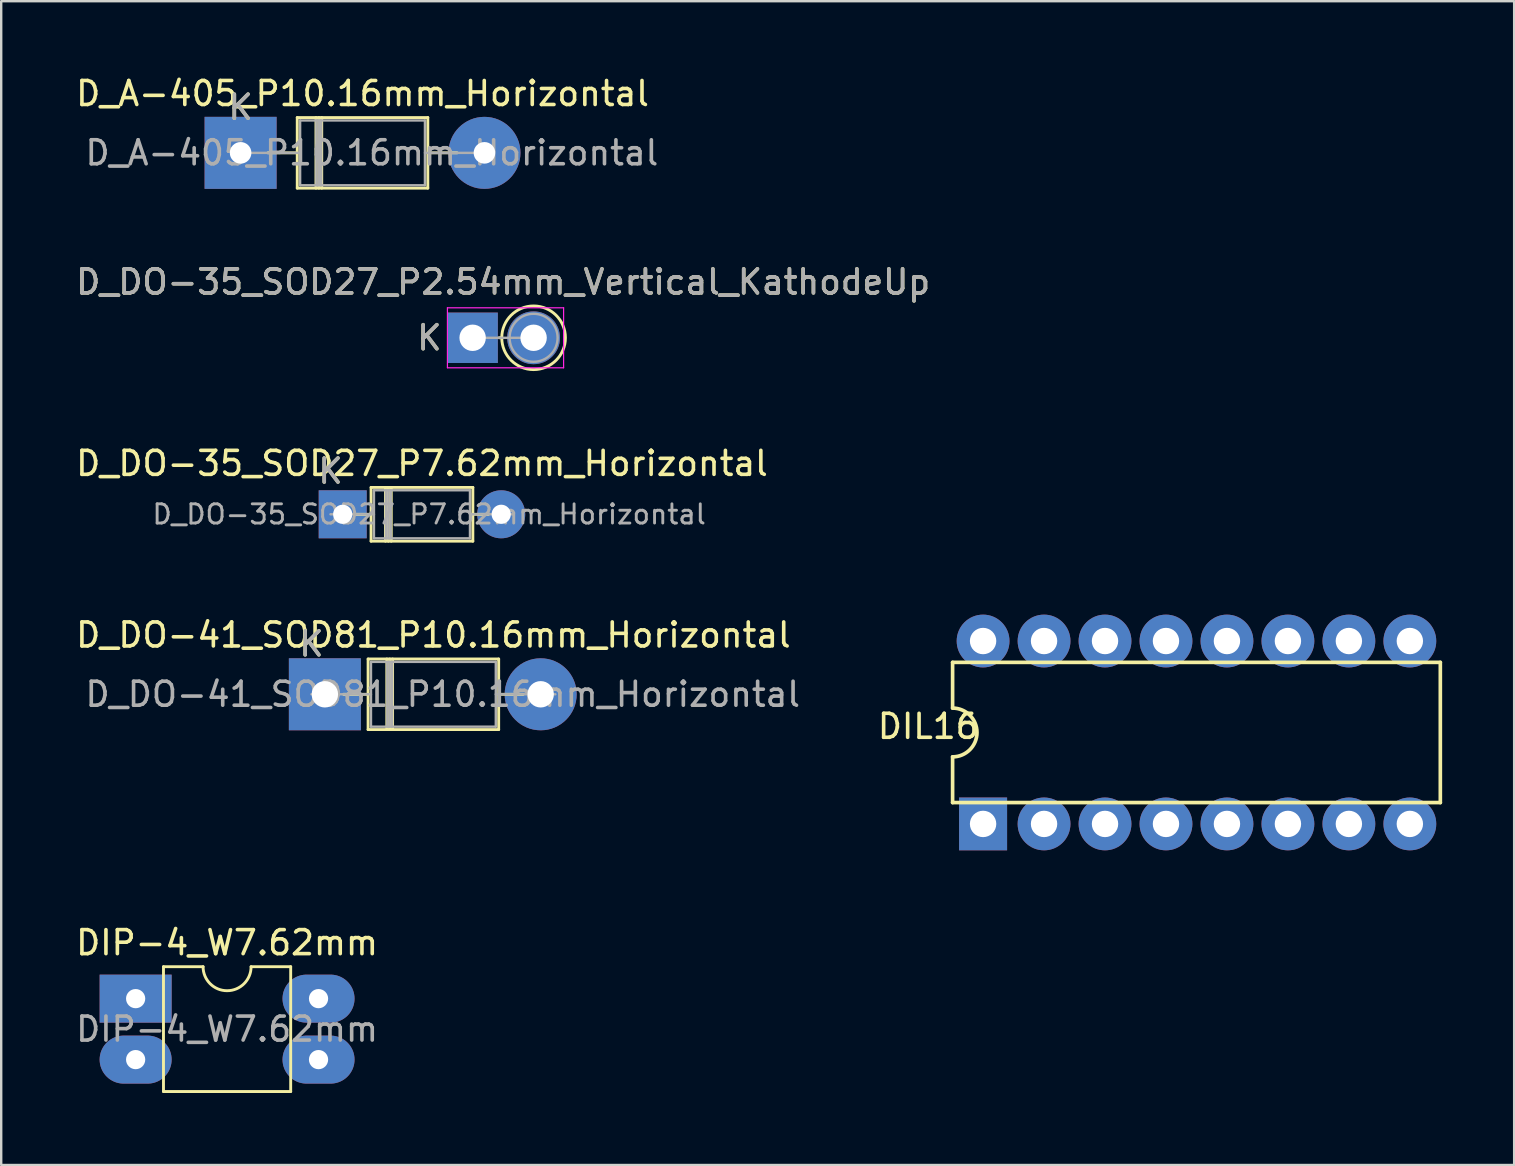
<source format=kicad_pcb>
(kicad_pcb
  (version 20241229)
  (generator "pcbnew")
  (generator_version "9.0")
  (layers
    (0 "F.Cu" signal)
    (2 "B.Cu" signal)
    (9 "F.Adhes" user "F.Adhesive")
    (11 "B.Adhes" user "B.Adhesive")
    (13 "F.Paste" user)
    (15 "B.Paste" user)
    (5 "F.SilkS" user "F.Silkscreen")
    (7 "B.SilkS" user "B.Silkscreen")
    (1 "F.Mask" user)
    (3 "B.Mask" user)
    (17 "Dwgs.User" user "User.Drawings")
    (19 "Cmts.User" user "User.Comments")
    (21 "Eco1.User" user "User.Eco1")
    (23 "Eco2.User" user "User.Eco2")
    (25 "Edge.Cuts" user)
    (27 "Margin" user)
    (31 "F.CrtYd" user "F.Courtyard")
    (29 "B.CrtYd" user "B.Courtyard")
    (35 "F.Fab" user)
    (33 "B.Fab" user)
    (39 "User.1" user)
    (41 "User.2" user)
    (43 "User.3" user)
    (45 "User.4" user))
  (footprint "D_DO-35_SOD27_P7.62mm_Horizontal"
    (layer "F.Cu")
    (at 10.72 18.377)
    (property "Reference" "D_DO-35_SOD27_P7.62mm_Horizontal" (at 3.81 -2.12 0) (layer "F.SilkS") (effects (font (size 1 1) (thickness 0.15))))
    (attr through_hole)
    (fp_line (start 1.04 0) (end 1.69 0) (stroke (width 0.12) (type solid)) (layer "F.SilkS"))
    (fp_line (start 1.69 -1.12) (end 1.69 1.12) (stroke (width 0.12) (type solid)) (layer "F.SilkS"))
    (fp_line (start 1.69 1.12) (end 5.93 1.12) (stroke (width 0.12) (type solid)) (layer "F.SilkS"))
    (fp_line (start 2.29 -1.12) (end 2.29 1.12) (stroke (width 0.12) (type solid)) (layer "F.SilkS"))
    (fp_line (start 2.41 -1.12) (end 2.41 1.12) (stroke (width 0.12) (type solid)) (layer "F.SilkS"))
    (fp_line (start 2.53 -1.12) (end 2.53 1.12) (stroke (width 0.12) (type solid)) (layer "F.SilkS"))
    (fp_line (start 5.93 -1.12) (end 1.69 -1.12) (stroke (width 0.12) (type solid)) (layer "F.SilkS"))
    (fp_line (start 5.93 1.12) (end 5.93 -1.12) (stroke (width 0.12) (type solid)) (layer "F.SilkS"))
    (fp_line (start 6.58 0) (end 5.93 0) (stroke (width 0.12) (type solid)) (layer "F.SilkS"))
    (fp_line (start 0 0) (end 1.81 0) (stroke (width 0.1) (type solid)) (layer "F.Fab"))
    (fp_line (start 1.81 -1) (end 1.81 1) (stroke (width 0.1) (type solid)) (layer "F.Fab"))
    (fp_line (start 1.81 1) (end 5.81 1) (stroke (width 0.1) (type solid)) (layer "F.Fab"))
    (fp_line (start 2.31 -1) (end 2.31 1) (stroke (width 0.1) (type solid)) (layer "F.Fab"))
    (fp_line (start 2.41 -1) (end 2.41 1) (stroke (width 0.1) (type solid)) (layer "F.Fab"))
    (fp_line (start 2.51 -1) (end 2.51 1) (stroke (width 0.1) (type solid)) (layer "F.Fab"))
    (fp_line (start 5.81 -1) (end 1.81 -1) (stroke (width 0.1) (type solid)) (layer "F.Fab"))
    (fp_line (start 5.81 1) (end 5.81 -1) (stroke (width 0.1) (type solid)) (layer "F.Fab"))
    (fp_line (start 7.62 0) (end 5.81 0) (stroke (width 0.1) (type solid)) (layer "F.Fab"))
    (fp_text user "K" (at 0 -1.8 0) (layer "F.SilkS") (effects (font (size 1 1) (thickness 0.15))))
    (fp_text user "${REFERENCE}" (at 4.11 0 0) (layer "F.Fab") (effects (font (size 0.8 0.8) (thickness 0.12))))
    (fp_text user "K" (at 0 -1.8 0) (layer "F.Fab") (effects (font (size 1 1) (thickness 0.15))))
    (pad "1" thru_hole rect (at 0.508 0) (size 2 2) (drill 0.8) (layers "*.Cu" "*.Mask"))
    (pad "2" thru_hole oval (at 7.112 0) (size 2 2) (drill 0.8) (layers "*.Cu" "*.Mask")))
  (footprint "D_DO-35_SOD27_P2.54mm_Vertical_KathodeUp"
    (layer "F.Cu")
    (at 16.641 11.023)
    (property "Reference" "D_DO-35_SOD27_P2.54mm_Vertical_KathodeUp" (at 1.27 -2.326 0) (layer "F.SilkS") (effects (font (size 1 1) (thickness 0.15))))
    (attr through_hole)
    (fp_line (start 1.214 0) (end 1.1 0) (stroke (width 0.12) (type solid)) (layer "F.SilkS"))
    (fp_circle (center 2.54 0) (end 3.866 0) (stroke (width 0.12) (type solid)) (fill no) (layer "F.SilkS"))
    (fp_line (start -1.05 -1.25) (end -1.05 1.25) (stroke (width 0.05) (type solid)) (layer "F.CrtYd"))
    (fp_line (start -1.05 1.25) (end 3.79 1.25) (stroke (width 0.05) (type solid)) (layer "F.CrtYd"))
    (fp_line (start 3.79 -1.25) (end -1.05 -1.25) (stroke (width 0.05) (type solid)) (layer "F.CrtYd"))
    (fp_line (start 3.79 1.25) (end 3.79 -1.25) (stroke (width 0.05) (type solid)) (layer "F.CrtYd"))
    (fp_line (start 0 0) (end 2.54 0) (stroke (width 0.1) (type solid)) (layer "F.Fab"))
    (fp_circle (center 2.54 0) (end 3.54 0) (stroke (width 0.1) (type solid)) (fill no) (layer "F.Fab"))
    (fp_text user "K" (at -1.8 0 0) (layer "F.SilkS") (effects (font (size 1 1) (thickness 0.15))))
    (fp_text user "K" (at -1.8 0 0) (layer "F.Fab") (effects (font (size 1 1) (thickness 0.15))))
    (fp_text user "${REFERENCE}" (at 1.27 -2.326 0) (layer "F.Fab") (effects (font (size 1 1) (thickness 0.15))))
    (pad "1" thru_hole rect (at 0 0) (size 2.1 2.1) (drill 1.1) (layers "*.Cu" "*.Mask"))
    (pad "2" thru_hole oval (at 2.54 0) (size 2.2 2.2) (drill 1.1) (layers "*.Cu" "*.Mask")))
  (footprint "DIL16"
    (layer "F.Cu")
    (at 46.798 27.467)
    (property "Reference" "DIL16" (at -11.176 -0.254 180) (layer "F.SilkS") (effects (font (size 1 1) (thickness 0.15))))
    (attr through_hole)
    (fp_line (start -10.16 -2.921) (end -10.16 -1.016) (stroke (width 0.152) (type solid)) (layer "F.SilkS"))
    (fp_line (start -10.16 2.921) (end -10.16 1.016) (stroke (width 0.152) (type solid)) (layer "F.SilkS"))
    (fp_line (start -10.16 2.921) (end 10.16 2.921) (stroke (width 0.152) (type solid)) (layer "F.SilkS"))
    (fp_line (start 10.16 -2.921) (end -10.16 -2.921) (stroke (width 0.152) (type solid)) (layer "F.SilkS"))
    (fp_line (start 10.16 -2.921) (end 10.16 2.921) (stroke (width 0.152) (type solid)) (layer "F.SilkS"))
    (fp_arc (start -10.16 -1.016) (mid -9.144 0) (end -10.16 1.016) (stroke (width 0.1524) (type solid)) (layer "F.SilkS"))
    (pad "1" thru_hole rect (at -8.89 3.81) (size 2 2.2) (drill 1.1) (layers "*.Cu" "*.Mask"))
    (pad "2" thru_hole circle (at -6.35 3.81) (size 2.2 2.2) (drill 1.1) (layers "*.Cu" "*.Mask"))
    (pad "3" thru_hole circle (at -3.81 3.81 90) (size 2.2 2.2) (drill 1.1) (layers "*.Cu" "*.Mask"))
    (pad "4" thru_hole circle (at -1.27 3.81) (size 2.2 2.2) (drill 1.1) (layers "*.Cu" "*.Mask"))
    (pad "5" thru_hole circle (at 1.27 3.81) (size 2.2 2.2) (drill 1.1) (layers "*.Cu" "*.Mask"))
    (pad "6" thru_hole circle (at 3.81 3.81) (size 2.2 2.2) (drill 1.1) (layers "*.Cu" "*.Mask"))
    (pad "7" thru_hole circle (at 6.35 3.81) (size 2.2 2.2) (drill 1.1) (layers "*.Cu" "*.Mask"))
    (pad "8" thru_hole circle (at 8.89 3.81) (size 2.2 2.2) (drill 1.1) (layers "*.Cu" "*.Mask"))
    (pad "9" thru_hole circle (at 8.89 -3.81) (size 2.2 2.2) (drill 1.1) (layers "*.Cu" "*.Mask"))
    (pad "10" thru_hole circle (at 6.35 -3.81) (size 2.2 2.2) (drill 1.1) (layers "*.Cu" "*.Mask"))
    (pad "11" thru_hole circle (at 3.81 -3.81) (size 2.2 2.2) (drill 1.1) (layers "*.Cu" "*.Mask"))
    (pad "12" thru_hole circle (at 1.27 -3.81) (size 2.2 2.2) (drill 1.1) (layers "*.Cu" "*.Mask"))
    (pad "13" thru_hole circle (at -1.27 -3.81) (size 2.2 2.2) (drill 1.1) (layers "*.Cu" "*.Mask"))
    (pad "14" thru_hole circle (at -3.81 -3.81) (size 2.2 2.2) (drill 1.1) (layers "*.Cu" "*.Mask"))
    (pad "15" thru_hole circle (at -6.35 -3.81) (size 2.2 2.2) (drill 1.1) (layers "*.Cu" "*.Mask"))
    (pad "16" thru_hole circle (at -8.89 -3.81) (size 2.2 2.2) (drill 1.1) (layers "*.Cu" "*.Mask")))
  (footprint "D_A-405_P10.16mm_Horizontal"
    (layer "F.Cu")
    (at 6.974 3.318)
    (property "Reference" "D_A-405_P10.16mm_Horizontal" (at 5.08 -2.47 0) (layer "F.SilkS") (effects (font (size 1 1) (thickness 0.15))))
    (attr through_hole)
    (fp_line (start 1.14 0) (end 2.36 0) (stroke (width 0.12) (type solid)) (layer "F.SilkS"))
    (fp_line (start 2.36 -1.47) (end 2.36 1.47) (stroke (width 0.12) (type solid)) (layer "F.SilkS"))
    (fp_line (start 2.36 1.47) (end 7.8 1.47) (stroke (width 0.12) (type solid)) (layer "F.SilkS"))
    (fp_line (start 3.14 -1.47) (end 3.14 1.47) (stroke (width 0.12) (type solid)) (layer "F.SilkS"))
    (fp_line (start 3.26 -1.47) (end 3.26 1.47) (stroke (width 0.12) (type solid)) (layer "F.SilkS"))
    (fp_line (start 3.38 -1.47) (end 3.38 1.47) (stroke (width 0.12) (type solid)) (layer "F.SilkS"))
    (fp_line (start 7.8 -1.47) (end 2.36 -1.47) (stroke (width 0.12) (type solid)) (layer "F.SilkS"))
    (fp_line (start 7.8 1.47) (end 7.8 -1.47) (stroke (width 0.12) (type solid)) (layer "F.SilkS"))
    (fp_line (start 9.02 0) (end 7.8 0) (stroke (width 0.12) (type solid)) (layer "F.SilkS"))
    (fp_line (start 0 0) (end 2.48 0) (stroke (width 0.1) (type solid)) (layer "F.Fab"))
    (fp_line (start 2.48 -1.35) (end 2.48 1.35) (stroke (width 0.1) (type solid)) (layer "F.Fab"))
    (fp_line (start 2.48 1.35) (end 7.68 1.35) (stroke (width 0.1) (type solid)) (layer "F.Fab"))
    (fp_line (start 3.16 -1.35) (end 3.16 1.35) (stroke (width 0.1) (type solid)) (layer "F.Fab"))
    (fp_line (start 3.26 -1.35) (end 3.26 1.35) (stroke (width 0.1) (type solid)) (layer "F.Fab"))
    (fp_line (start 3.36 -1.35) (end 3.36 1.35) (stroke (width 0.1) (type solid)) (layer "F.Fab"))
    (fp_line (start 7.68 -1.35) (end 2.48 -1.35) (stroke (width 0.1) (type solid)) (layer "F.Fab"))
    (fp_line (start 7.68 1.35) (end 7.68 -1.35) (stroke (width 0.1) (type solid)) (layer "F.Fab"))
    (fp_line (start 10.16 0) (end 7.68 0) (stroke (width 0.1) (type solid)) (layer "F.Fab"))
    (fp_text user "K" (at 0 -1.9 0) (layer "F.SilkS") (effects (font (size 1 1) (thickness 0.15))))
    (fp_text user "K" (at 0 -1.9 0) (layer "F.Fab") (effects (font (size 1 1) (thickness 0.15))))
    (fp_text user "${REFERENCE}" (at 5.47 0 0) (layer "F.Fab") (effects (font (size 1 1) (thickness 0.15))))
    (pad "1" thru_hole oval (at 10.16 0) (size 3 3) (drill 0.9) (layers "*.Cu" "*.Mask"))
    (pad "2" thru_hole rect (at 0 0) (size 3 3) (drill 0.9) (layers "*.Cu" "*.Mask")))
  (footprint "D_DO-41_SOD81_P10.16mm_Horizontal"
    (layer "F.Cu")
    (at 9.926 25.876)
    (property "Reference" "D_DO-41_SOD81_P10.16mm_Horizontal" (at 5.08 -2.47 0) (layer "F.SilkS") (effects (font (size 1 1) (thickness 0.15))))
    (attr through_hole)
    (fp_line (start 1.34 0) (end 2.36 0) (stroke (width 0.12) (type solid)) (layer "F.SilkS"))
    (fp_line (start 2.36 -1.47) (end 2.36 1.47) (stroke (width 0.12) (type solid)) (layer "F.SilkS"))
    (fp_line (start 2.36 1.47) (end 7.8 1.47) (stroke (width 0.12) (type solid)) (layer "F.SilkS"))
    (fp_line (start 3.14 -1.47) (end 3.14 1.47) (stroke (width 0.12) (type solid)) (layer "F.SilkS"))
    (fp_line (start 3.26 -1.47) (end 3.26 1.47) (stroke (width 0.12) (type solid)) (layer "F.SilkS"))
    (fp_line (start 3.38 -1.47) (end 3.38 1.47) (stroke (width 0.12) (type solid)) (layer "F.SilkS"))
    (fp_line (start 7.8 -1.47) (end 2.36 -1.47) (stroke (width 0.12) (type solid)) (layer "F.SilkS"))
    (fp_line (start 7.8 1.47) (end 7.8 -1.47) (stroke (width 0.12) (type solid)) (layer "F.SilkS"))
    (fp_line (start 8.82 0) (end 7.8 0) (stroke (width 0.12) (type solid)) (layer "F.SilkS"))
    (fp_line (start 0 0) (end 2.48 0) (stroke (width 0.1) (type solid)) (layer "F.Fab"))
    (fp_line (start 2.48 -1.35) (end 2.48 1.35) (stroke (width 0.1) (type solid)) (layer "F.Fab"))
    (fp_line (start 2.48 1.35) (end 7.68 1.35) (stroke (width 0.1) (type solid)) (layer "F.Fab"))
    (fp_line (start 3.16 -1.35) (end 3.16 1.35) (stroke (width 0.1) (type solid)) (layer "F.Fab"))
    (fp_line (start 3.26 -1.35) (end 3.26 1.35) (stroke (width 0.1) (type solid)) (layer "F.Fab"))
    (fp_line (start 3.36 -1.35) (end 3.36 1.35) (stroke (width 0.1) (type solid)) (layer "F.Fab"))
    (fp_line (start 7.68 -1.35) (end 2.48 -1.35) (stroke (width 0.1) (type solid)) (layer "F.Fab"))
    (fp_line (start 7.68 1.35) (end 7.68 -1.35) (stroke (width 0.1) (type solid)) (layer "F.Fab"))
    (fp_line (start 10.16 0) (end 7.68 0) (stroke (width 0.1) (type solid)) (layer "F.Fab"))
    (fp_text user "K" (at 0 -2.1 0) (layer "F.SilkS") (effects (font (size 1 1) (thickness 0.15))))
    (fp_text user "${REFERENCE}" (at 5.47 0 0) (layer "F.Fab") (effects (font (size 1 1) (thickness 0.15))))
    (fp_text user "K" (at 0 -2.1 0) (layer "F.Fab") (effects (font (size 1 1) (thickness 0.15))))
    (pad "1" thru_hole rect (at 0.559 0) (size 3 3) (drill 1.1) (layers "*.Cu" "*.Mask"))
    (pad "2" thru_hole oval (at 9.55 0) (size 3 3) (drill 1.1) (layers "*.Cu" "*.Mask")))
  (footprint "DIP-4_W7.62mm"
    (layer "F.Cu")
    (at 2.601 38.556)
    (property "Reference" "DIP-4_W7.62mm" (at 3.81 -2.33 0) (layer "F.SilkS") (effects (font (size 1 1) (thickness 0.15))))
    (attr through_hole)
    (fp_line (start 1.16 -1.33) (end 1.16 3.87) (stroke (width 0.12) (type solid)) (layer "F.SilkS"))
    (fp_line (start 1.16 3.87) (end 6.46 3.87) (stroke (width 0.12) (type solid)) (layer "F.SilkS"))
    (fp_line (start 2.81 -1.33) (end 1.16 -1.33) (stroke (width 0.12) (type solid)) (layer "F.SilkS"))
    (fp_line (start 6.46 -1.33) (end 4.81 -1.33) (stroke (width 0.12) (type solid)) (layer "F.SilkS"))
    (fp_line (start 6.46 3.87) (end 6.46 -1.33) (stroke (width 0.12) (type solid)) (layer "F.SilkS"))
    (fp_arc (start 4.81 -1.33) (mid 3.81 -0.33) (end 2.81 -1.33) (stroke (width 0.12) (type solid)) (layer "F.SilkS"))
    (fp_text user "${REFERENCE}" (at 3.81 1.27 0) (layer "F.Fab") (effects (font (size 1 1) (thickness 0.15))))
    (pad "1" thru_hole rect (at 0 0) (size 3 2) (drill 0.8) (layers "*.Cu" "*.Mask"))
    (pad "2" thru_hole oval (at 0 2.54) (size 3 2) (drill 0.8) (layers "*.Cu" "*.Mask"))
    (pad "3" thru_hole oval (at 7.62 2.54) (size 3 2) (drill 0.8) (layers "*.Cu" "*.Mask"))
    (pad "4" thru_hole oval (at 7.62 0) (size 3 2) (drill 0.8) (layers "*.Cu" "*.Mask")))
  (gr_rect
    (start -3 -3)
    (end 60.034 45.486)
    (stroke (width 0.1) (type default))
    (fill no)
    (layer "Edge.Cuts")))
</source>
